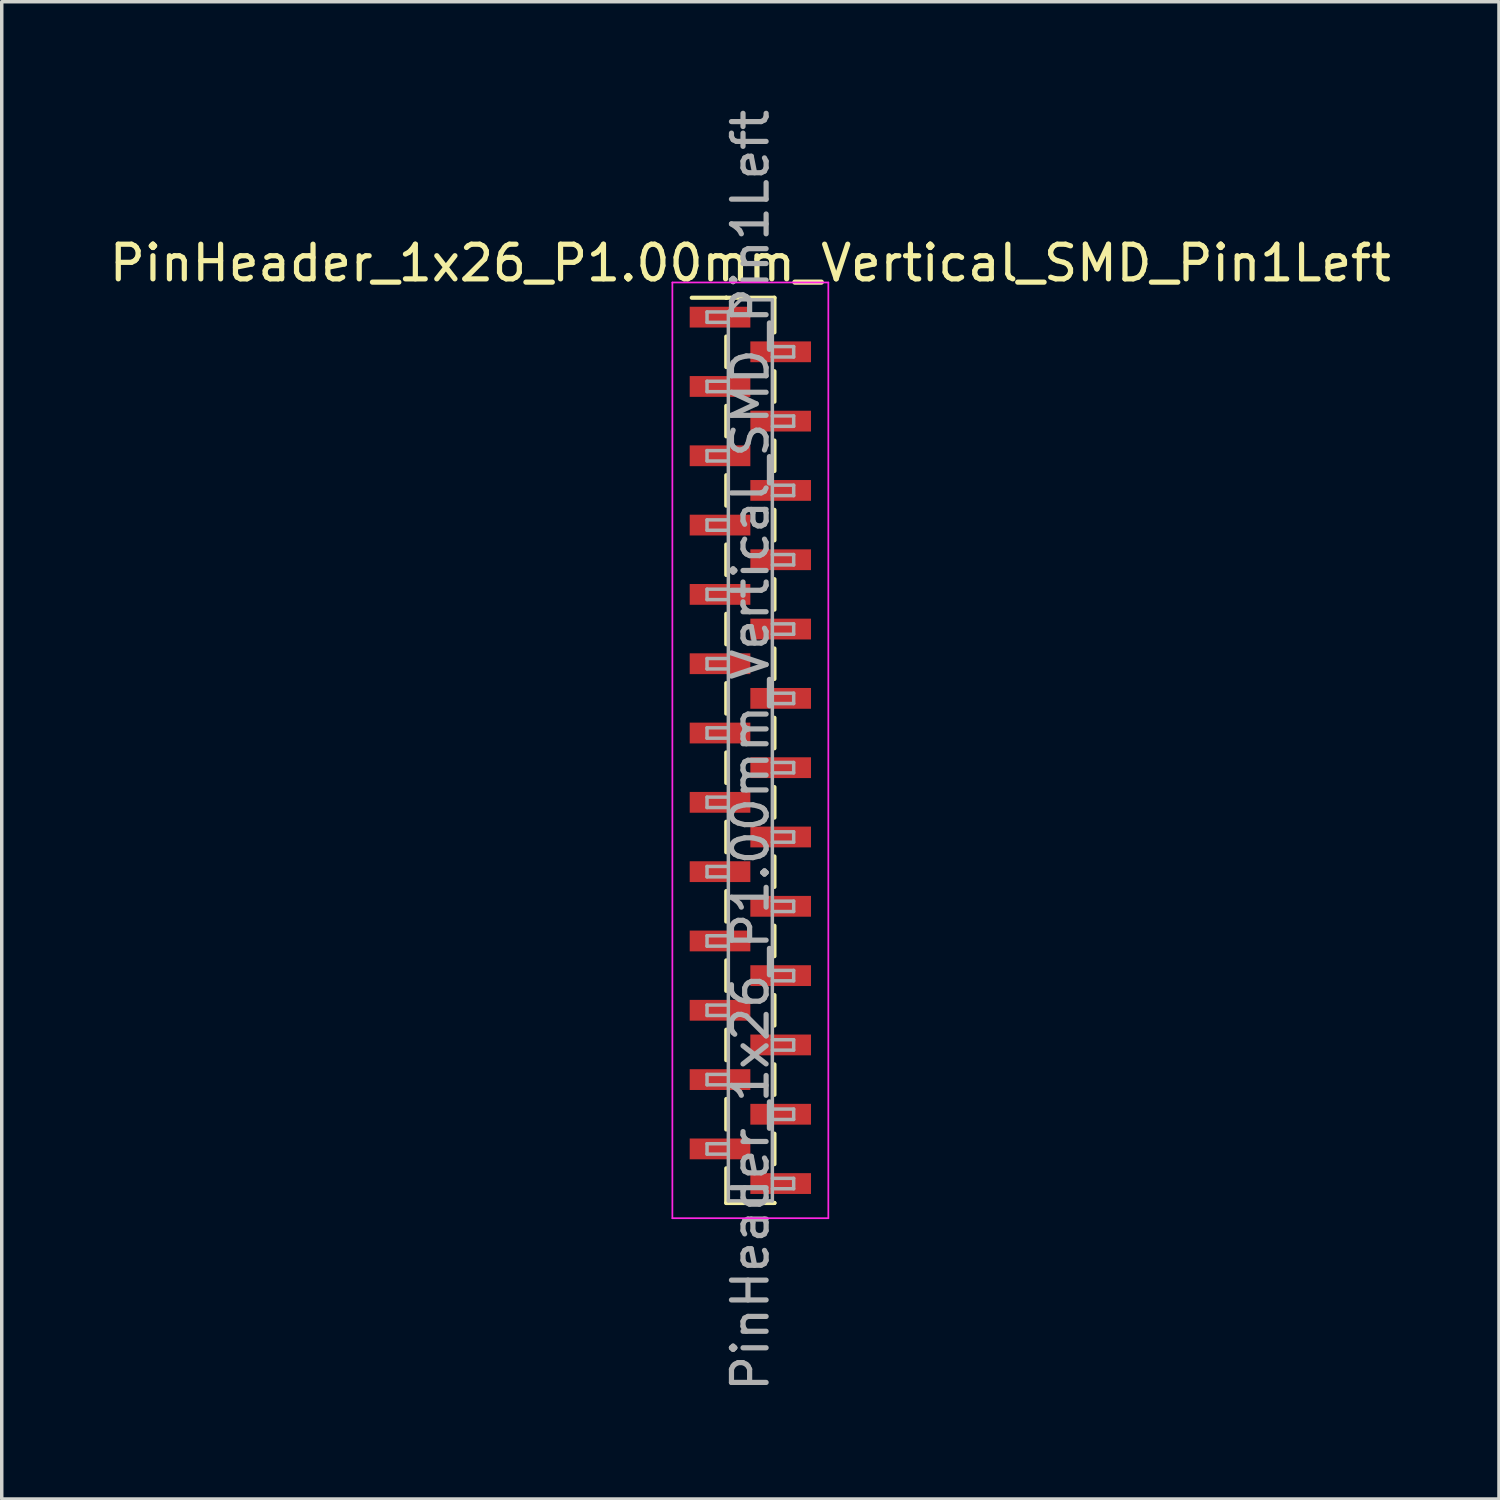
<source format=kicad_pcb>
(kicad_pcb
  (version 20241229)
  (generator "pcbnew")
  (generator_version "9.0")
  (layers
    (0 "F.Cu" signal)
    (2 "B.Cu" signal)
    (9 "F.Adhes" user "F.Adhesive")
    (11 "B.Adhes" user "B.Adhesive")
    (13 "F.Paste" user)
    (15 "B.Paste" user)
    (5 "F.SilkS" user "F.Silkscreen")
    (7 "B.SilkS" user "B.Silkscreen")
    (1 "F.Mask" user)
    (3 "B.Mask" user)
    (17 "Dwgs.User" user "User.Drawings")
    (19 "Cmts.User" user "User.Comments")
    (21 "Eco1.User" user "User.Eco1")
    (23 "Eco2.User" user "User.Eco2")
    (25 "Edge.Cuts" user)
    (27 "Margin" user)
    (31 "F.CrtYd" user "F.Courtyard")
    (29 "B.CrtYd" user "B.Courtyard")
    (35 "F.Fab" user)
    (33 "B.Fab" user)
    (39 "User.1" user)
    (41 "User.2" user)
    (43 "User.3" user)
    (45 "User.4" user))
  (footprint "PinHeader_1x26_P1.00mm_Vertical_SMD_Pin1Left"
    (layer "F.Cu")
    (at 18.601 18.601)
    (property "Reference" "PinHeader_1x26_P1.00mm_Vertical_SMD_Pin1Left" (at 0 -14.06 0) (layer "F.SilkS") (effects (font (size 1 1) (thickness 0.15))))
    (attr smd)
    (fp_line (start -0.695 -13.06) (end -1.69 -13.06) (stroke (width 0.12) (type solid)) (layer "F.SilkS"))
    (fp_line (start -0.695 -13.06) (end -0.695 -13.06) (stroke (width 0.12) (type solid)) (layer "F.SilkS"))
    (fp_line (start -0.695 -13.06) (end 0.695 -13.06) (stroke (width 0.12) (type solid)) (layer "F.SilkS"))
    (fp_line (start -0.695 -11.94) (end -0.695 -11.06) (stroke (width 0.12) (type solid)) (layer "F.SilkS"))
    (fp_line (start -0.695 -9.94) (end -0.695 -9.06) (stroke (width 0.12) (type solid)) (layer "F.SilkS"))
    (fp_line (start -0.695 -7.94) (end -0.695 -7.06) (stroke (width 0.12) (type solid)) (layer "F.SilkS"))
    (fp_line (start -0.695 -5.94) (end -0.695 -5.06) (stroke (width 0.12) (type solid)) (layer "F.SilkS"))
    (fp_line (start -0.695 -3.94) (end -0.695 -3.06) (stroke (width 0.12) (type solid)) (layer "F.SilkS"))
    (fp_line (start -0.695 -1.94) (end -0.695 -1.06) (stroke (width 0.12) (type solid)) (layer "F.SilkS"))
    (fp_line (start -0.695 0.06) (end -0.695 0.94) (stroke (width 0.12) (type solid)) (layer "F.SilkS"))
    (fp_line (start -0.695 2.06) (end -0.695 2.94) (stroke (width 0.12) (type solid)) (layer "F.SilkS"))
    (fp_line (start -0.695 4.06) (end -0.695 4.94) (stroke (width 0.12) (type solid)) (layer "F.SilkS"))
    (fp_line (start -0.695 6.06) (end -0.695 6.94) (stroke (width 0.12) (type solid)) (layer "F.SilkS"))
    (fp_line (start -0.695 8.06) (end -0.695 8.94) (stroke (width 0.12) (type solid)) (layer "F.SilkS"))
    (fp_line (start -0.695 10.06) (end -0.695 10.94) (stroke (width 0.12) (type solid)) (layer "F.SilkS"))
    (fp_line (start -0.695 12.06) (end -0.695 13.06) (stroke (width 0.12) (type solid)) (layer "F.SilkS"))
    (fp_line (start -0.695 13.06) (end 0.695 13.06) (stroke (width 0.12) (type solid)) (layer "F.SilkS"))
    (fp_line (start 0.695 -13.06) (end 0.695 -12.06) (stroke (width 0.12) (type solid)) (layer "F.SilkS"))
    (fp_line (start 0.695 -10.94) (end 0.695 -10.06) (stroke (width 0.12) (type solid)) (layer "F.SilkS"))
    (fp_line (start 0.695 -8.94) (end 0.695 -8.06) (stroke (width 0.12) (type solid)) (layer "F.SilkS"))
    (fp_line (start 0.695 -6.94) (end 0.695 -6.06) (stroke (width 0.12) (type solid)) (layer "F.SilkS"))
    (fp_line (start 0.695 -4.94) (end 0.695 -4.06) (stroke (width 0.12) (type solid)) (layer "F.SilkS"))
    (fp_line (start 0.695 -2.94) (end 0.695 -2.06) (stroke (width 0.12) (type solid)) (layer "F.SilkS"))
    (fp_line (start 0.695 -0.94) (end 0.695 -0.06) (stroke (width 0.12) (type solid)) (layer "F.SilkS"))
    (fp_line (start 0.695 1.06) (end 0.695 1.94) (stroke (width 0.12) (type solid)) (layer "F.SilkS"))
    (fp_line (start 0.695 3.06) (end 0.695 3.94) (stroke (width 0.12) (type solid)) (layer "F.SilkS"))
    (fp_line (start 0.695 5.06) (end 0.695 5.94) (stroke (width 0.12) (type solid)) (layer "F.SilkS"))
    (fp_line (start 0.695 7.06) (end 0.695 7.94) (stroke (width 0.12) (type solid)) (layer "F.SilkS"))
    (fp_line (start 0.695 9.06) (end 0.695 9.94) (stroke (width 0.12) (type solid)) (layer "F.SilkS"))
    (fp_line (start 0.695 11.06) (end 0.695 11.94) (stroke (width 0.12) (type solid)) (layer "F.SilkS"))
    (fp_line (start 0.695 13.06) (end 0.695 13.06) (stroke (width 0.12) (type solid)) (layer "F.SilkS"))
    (fp_line (start -2.25 -13.5) (end -2.25 13.5) (stroke (width 0.05) (type solid)) (layer "F.CrtYd"))
    (fp_line (start -2.25 13.5) (end 2.25 13.5) (stroke (width 0.05) (type solid)) (layer "F.CrtYd"))
    (fp_line (start 2.25 -13.5) (end -2.25 -13.5) (stroke (width 0.05) (type solid)) (layer "F.CrtYd"))
    (fp_line (start 2.25 13.5) (end 2.25 -13.5) (stroke (width 0.05) (type solid)) (layer "F.CrtYd"))
    (fp_line (start -1.25 -12.65) (end -1.25 -12.35) (stroke (width 0.1) (type solid)) (layer "F.Fab"))
    (fp_line (start -1.25 -12.35) (end -0.635 -12.35) (stroke (width 0.1) (type solid)) (layer "F.Fab"))
    (fp_line (start -1.25 -10.65) (end -1.25 -10.35) (stroke (width 0.1) (type solid)) (layer "F.Fab"))
    (fp_line (start -1.25 -10.35) (end -0.635 -10.35) (stroke (width 0.1) (type solid)) (layer "F.Fab"))
    (fp_line (start -1.25 -8.65) (end -1.25 -8.35) (stroke (width 0.1) (type solid)) (layer "F.Fab"))
    (fp_line (start -1.25 -8.35) (end -0.635 -8.35) (stroke (width 0.1) (type solid)) (layer "F.Fab"))
    (fp_line (start -1.25 -6.65) (end -1.25 -6.35) (stroke (width 0.1) (type solid)) (layer "F.Fab"))
    (fp_line (start -1.25 -6.35) (end -0.635 -6.35) (stroke (width 0.1) (type solid)) (layer "F.Fab"))
    (fp_line (start -1.25 -4.65) (end -1.25 -4.35) (stroke (width 0.1) (type solid)) (layer "F.Fab"))
    (fp_line (start -1.25 -4.35) (end -0.635 -4.35) (stroke (width 0.1) (type solid)) (layer "F.Fab"))
    (fp_line (start -1.25 -2.65) (end -1.25 -2.35) (stroke (width 0.1) (type solid)) (layer "F.Fab"))
    (fp_line (start -1.25 -2.35) (end -0.635 -2.35) (stroke (width 0.1) (type solid)) (layer "F.Fab"))
    (fp_line (start -1.25 -0.65) (end -1.25 -0.35) (stroke (width 0.1) (type solid)) (layer "F.Fab"))
    (fp_line (start -1.25 -0.35) (end -0.635 -0.35) (stroke (width 0.1) (type solid)) (layer "F.Fab"))
    (fp_line (start -1.25 1.35) (end -1.25 1.65) (stroke (width 0.1) (type solid)) (layer "F.Fab"))
    (fp_line (start -1.25 1.65) (end -0.635 1.65) (stroke (width 0.1) (type solid)) (layer "F.Fab"))
    (fp_line (start -1.25 3.35) (end -1.25 3.65) (stroke (width 0.1) (type solid)) (layer "F.Fab"))
    (fp_line (start -1.25 3.65) (end -0.635 3.65) (stroke (width 0.1) (type solid)) (layer "F.Fab"))
    (fp_line (start -1.25 5.35) (end -1.25 5.65) (stroke (width 0.1) (type solid)) (layer "F.Fab"))
    (fp_line (start -1.25 5.65) (end -0.635 5.65) (stroke (width 0.1) (type solid)) (layer "F.Fab"))
    (fp_line (start -1.25 7.35) (end -1.25 7.65) (stroke (width 0.1) (type solid)) (layer "F.Fab"))
    (fp_line (start -1.25 7.65) (end -0.635 7.65) (stroke (width 0.1) (type solid)) (layer "F.Fab"))
    (fp_line (start -1.25 9.35) (end -1.25 9.65) (stroke (width 0.1) (type solid)) (layer "F.Fab"))
    (fp_line (start -1.25 9.65) (end -0.635 9.65) (stroke (width 0.1) (type solid)) (layer "F.Fab"))
    (fp_line (start -1.25 11.35) (end -1.25 11.65) (stroke (width 0.1) (type solid)) (layer "F.Fab"))
    (fp_line (start -1.25 11.65) (end -0.635 11.65) (stroke (width 0.1) (type solid)) (layer "F.Fab"))
    (fp_line (start -0.635 -12.65) (end -1.25 -12.65) (stroke (width 0.1) (type solid)) (layer "F.Fab"))
    (fp_line (start -0.635 -12.65) (end -0.285 -13) (stroke (width 0.1) (type solid)) (layer "F.Fab"))
    (fp_line (start -0.635 -10.65) (end -1.25 -10.65) (stroke (width 0.1) (type solid)) (layer "F.Fab"))
    (fp_line (start -0.635 -8.65) (end -1.25 -8.65) (stroke (width 0.1) (type solid)) (layer "F.Fab"))
    (fp_line (start -0.635 -6.65) (end -1.25 -6.65) (stroke (width 0.1) (type solid)) (layer "F.Fab"))
    (fp_line (start -0.635 -4.65) (end -1.25 -4.65) (stroke (width 0.1) (type solid)) (layer "F.Fab"))
    (fp_line (start -0.635 -2.65) (end -1.25 -2.65) (stroke (width 0.1) (type solid)) (layer "F.Fab"))
    (fp_line (start -0.635 -0.65) (end -1.25 -0.65) (stroke (width 0.1) (type solid)) (layer "F.Fab"))
    (fp_line (start -0.635 1.35) (end -1.25 1.35) (stroke (width 0.1) (type solid)) (layer "F.Fab"))
    (fp_line (start -0.635 3.35) (end -1.25 3.35) (stroke (width 0.1) (type solid)) (layer "F.Fab"))
    (fp_line (start -0.635 5.35) (end -1.25 5.35) (stroke (width 0.1) (type solid)) (layer "F.Fab"))
    (fp_line (start -0.635 7.35) (end -1.25 7.35) (stroke (width 0.1) (type solid)) (layer "F.Fab"))
    (fp_line (start -0.635 9.35) (end -1.25 9.35) (stroke (width 0.1) (type solid)) (layer "F.Fab"))
    (fp_line (start -0.635 11.35) (end -1.25 11.35) (stroke (width 0.1) (type solid)) (layer "F.Fab"))
    (fp_line (start -0.635 13) (end -0.635 -12.65) (stroke (width 0.1) (type solid)) (layer "F.Fab"))
    (fp_line (start -0.285 -13) (end 0.635 -13) (stroke (width 0.1) (type solid)) (layer "F.Fab"))
    (fp_line (start 0.635 -13) (end 0.635 13) (stroke (width 0.1) (type solid)) (layer "F.Fab"))
    (fp_line (start 0.635 -11.65) (end 1.25 -11.65) (stroke (width 0.1) (type solid)) (layer "F.Fab"))
    (fp_line (start 0.635 -9.65) (end 1.25 -9.65) (stroke (width 0.1) (type solid)) (layer "F.Fab"))
    (fp_line (start 0.635 -7.65) (end 1.25 -7.65) (stroke (width 0.1) (type solid)) (layer "F.Fab"))
    (fp_line (start 0.635 -5.65) (end 1.25 -5.65) (stroke (width 0.1) (type solid)) (layer "F.Fab"))
    (fp_line (start 0.635 -3.65) (end 1.25 -3.65) (stroke (width 0.1) (type solid)) (layer "F.Fab"))
    (fp_line (start 0.635 -1.65) (end 1.25 -1.65) (stroke (width 0.1) (type solid)) (layer "F.Fab"))
    (fp_line (start 0.635 0.35) (end 1.25 0.35) (stroke (width 0.1) (type solid)) (layer "F.Fab"))
    (fp_line (start 0.635 2.35) (end 1.25 2.35) (stroke (width 0.1) (type solid)) (layer "F.Fab"))
    (fp_line (start 0.635 4.35) (end 1.25 4.35) (stroke (width 0.1) (type solid)) (layer "F.Fab"))
    (fp_line (start 0.635 6.35) (end 1.25 6.35) (stroke (width 0.1) (type solid)) (layer "F.Fab"))
    (fp_line (start 0.635 8.35) (end 1.25 8.35) (stroke (width 0.1) (type solid)) (layer "F.Fab"))
    (fp_line (start 0.635 10.35) (end 1.25 10.35) (stroke (width 0.1) (type solid)) (layer "F.Fab"))
    (fp_line (start 0.635 12.35) (end 1.25 12.35) (stroke (width 0.1) (type solid)) (layer "F.Fab"))
    (fp_line (start 0.635 13) (end -0.635 13) (stroke (width 0.1) (type solid)) (layer "F.Fab"))
    (fp_line (start 1.25 -11.65) (end 1.25 -11.35) (stroke (width 0.1) (type solid)) (layer "F.Fab"))
    (fp_line (start 1.25 -11.35) (end 0.635 -11.35) (stroke (width 0.1) (type solid)) (layer "F.Fab"))
    (fp_line (start 1.25 -9.65) (end 1.25 -9.35) (stroke (width 0.1) (type solid)) (layer "F.Fab"))
    (fp_line (start 1.25 -9.35) (end 0.635 -9.35) (stroke (width 0.1) (type solid)) (layer "F.Fab"))
    (fp_line (start 1.25 -7.65) (end 1.25 -7.35) (stroke (width 0.1) (type solid)) (layer "F.Fab"))
    (fp_line (start 1.25 -7.35) (end 0.635 -7.35) (stroke (width 0.1) (type solid)) (layer "F.Fab"))
    (fp_line (start 1.25 -5.65) (end 1.25 -5.35) (stroke (width 0.1) (type solid)) (layer "F.Fab"))
    (fp_line (start 1.25 -5.35) (end 0.635 -5.35) (stroke (width 0.1) (type solid)) (layer "F.Fab"))
    (fp_line (start 1.25 -3.65) (end 1.25 -3.35) (stroke (width 0.1) (type solid)) (layer "F.Fab"))
    (fp_line (start 1.25 -3.35) (end 0.635 -3.35) (stroke (width 0.1) (type solid)) (layer "F.Fab"))
    (fp_line (start 1.25 -1.65) (end 1.25 -1.35) (stroke (width 0.1) (type solid)) (layer "F.Fab"))
    (fp_line (start 1.25 -1.35) (end 0.635 -1.35) (stroke (width 0.1) (type solid)) (layer "F.Fab"))
    (fp_line (start 1.25 0.35) (end 1.25 0.65) (stroke (width 0.1) (type solid)) (layer "F.Fab"))
    (fp_line (start 1.25 0.65) (end 0.635 0.65) (stroke (width 0.1) (type solid)) (layer "F.Fab"))
    (fp_line (start 1.25 2.35) (end 1.25 2.65) (stroke (width 0.1) (type solid)) (layer "F.Fab"))
    (fp_line (start 1.25 2.65) (end 0.635 2.65) (stroke (width 0.1) (type solid)) (layer "F.Fab"))
    (fp_line (start 1.25 4.35) (end 1.25 4.65) (stroke (width 0.1) (type solid)) (layer "F.Fab"))
    (fp_line (start 1.25 4.65) (end 0.635 4.65) (stroke (width 0.1) (type solid)) (layer "F.Fab"))
    (fp_line (start 1.25 6.35) (end 1.25 6.65) (stroke (width 0.1) (type solid)) (layer "F.Fab"))
    (fp_line (start 1.25 6.65) (end 0.635 6.65) (stroke (width 0.1) (type solid)) (layer "F.Fab"))
    (fp_line (start 1.25 8.35) (end 1.25 8.65) (stroke (width 0.1) (type solid)) (layer "F.Fab"))
    (fp_line (start 1.25 8.65) (end 0.635 8.65) (stroke (width 0.1) (type solid)) (layer "F.Fab"))
    (fp_line (start 1.25 10.35) (end 1.25 10.65) (stroke (width 0.1) (type solid)) (layer "F.Fab"))
    (fp_line (start 1.25 10.65) (end 0.635 10.65) (stroke (width 0.1) (type solid)) (layer "F.Fab"))
    (fp_line (start 1.25 12.35) (end 1.25 12.65) (stroke (width 0.1) (type solid)) (layer "F.Fab"))
    (fp_line (start 1.25 12.65) (end 0.635 12.65) (stroke (width 0.1) (type solid)) (layer "F.Fab"))
    (fp_text user "${REFERENCE}" (at 0 0 90) (layer "F.Fab") (effects (font (size 1 1) (thickness 0.15))))
    (pad "1" smd rect (at -0.875 -12.5) (size 1.75 0.6) (layers "F.Cu" "F.Mask" "F.Paste"))
    (pad "2" smd rect (at 0.875 -11.5) (size 1.75 0.6) (layers "F.Cu" "F.Mask" "F.Paste"))
    (pad "3" smd rect (at -0.875 -10.5) (size 1.75 0.6) (layers "F.Cu" "F.Mask" "F.Paste"))
    (pad "4" smd rect (at 0.875 -9.5) (size 1.75 0.6) (layers "F.Cu" "F.Mask" "F.Paste"))
    (pad "5" smd rect (at -0.875 -8.5) (size 1.75 0.6) (layers "F.Cu" "F.Mask" "F.Paste"))
    (pad "6" smd rect (at 0.875 -7.5) (size 1.75 0.6) (layers "F.Cu" "F.Mask" "F.Paste"))
    (pad "7" smd rect (at -0.875 -6.5) (size 1.75 0.6) (layers "F.Cu" "F.Mask" "F.Paste"))
    (pad "8" smd rect (at 0.875 -5.5) (size 1.75 0.6) (layers "F.Cu" "F.Mask" "F.Paste"))
    (pad "9" smd rect (at -0.875 -4.5) (size 1.75 0.6) (layers "F.Cu" "F.Mask" "F.Paste"))
    (pad "10" smd rect (at 0.875 -3.5) (size 1.75 0.6) (layers "F.Cu" "F.Mask" "F.Paste"))
    (pad "11" smd rect (at -0.875 -2.5) (size 1.75 0.6) (layers "F.Cu" "F.Mask" "F.Paste"))
    (pad "12" smd rect (at 0.875 -1.5) (size 1.75 0.6) (layers "F.Cu" "F.Mask" "F.Paste"))
    (pad "13" smd rect (at -0.875 -0.5) (size 1.75 0.6) (layers "F.Cu" "F.Mask" "F.Paste"))
    (pad "14" smd rect (at 0.875 0.5) (size 1.75 0.6) (layers "F.Cu" "F.Mask" "F.Paste"))
    (pad "15" smd rect (at -0.875 1.5) (size 1.75 0.6) (layers "F.Cu" "F.Mask" "F.Paste"))
    (pad "16" smd rect (at 0.875 2.5) (size 1.75 0.6) (layers "F.Cu" "F.Mask" "F.Paste"))
    (pad "17" smd rect (at -0.875 3.5) (size 1.75 0.6) (layers "F.Cu" "F.Mask" "F.Paste"))
    (pad "18" smd rect (at 0.875 4.5) (size 1.75 0.6) (layers "F.Cu" "F.Mask" "F.Paste"))
    (pad "19" smd rect (at -0.875 5.5) (size 1.75 0.6) (layers "F.Cu" "F.Mask" "F.Paste"))
    (pad "20" smd rect (at 0.875 6.5) (size 1.75 0.6) (layers "F.Cu" "F.Mask" "F.Paste"))
    (pad "21" smd rect (at -0.875 7.5) (size 1.75 0.6) (layers "F.Cu" "F.Mask" "F.Paste"))
    (pad "22" smd rect (at 0.875 8.5) (size 1.75 0.6) (layers "F.Cu" "F.Mask" "F.Paste"))
    (pad "23" smd rect (at -0.875 9.5) (size 1.75 0.6) (layers "F.Cu" "F.Mask" "F.Paste"))
    (pad "24" smd rect (at 0.875 10.5) (size 1.75 0.6) (layers "F.Cu" "F.Mask" "F.Paste"))
    (pad "25" smd rect (at -0.875 11.5) (size 1.75 0.6) (layers "F.Cu" "F.Mask" "F.Paste"))
    (pad "26" smd rect (at 0.875 12.5) (size 1.75 0.6) (layers "F.Cu" "F.Mask" "F.Paste")))
  (gr_rect
    (start -3 -3)
    (end 40.202 40.202)
    (stroke (width 0.1) (type default))
    (fill no)
    (layer "Edge.Cuts")))
</source>
